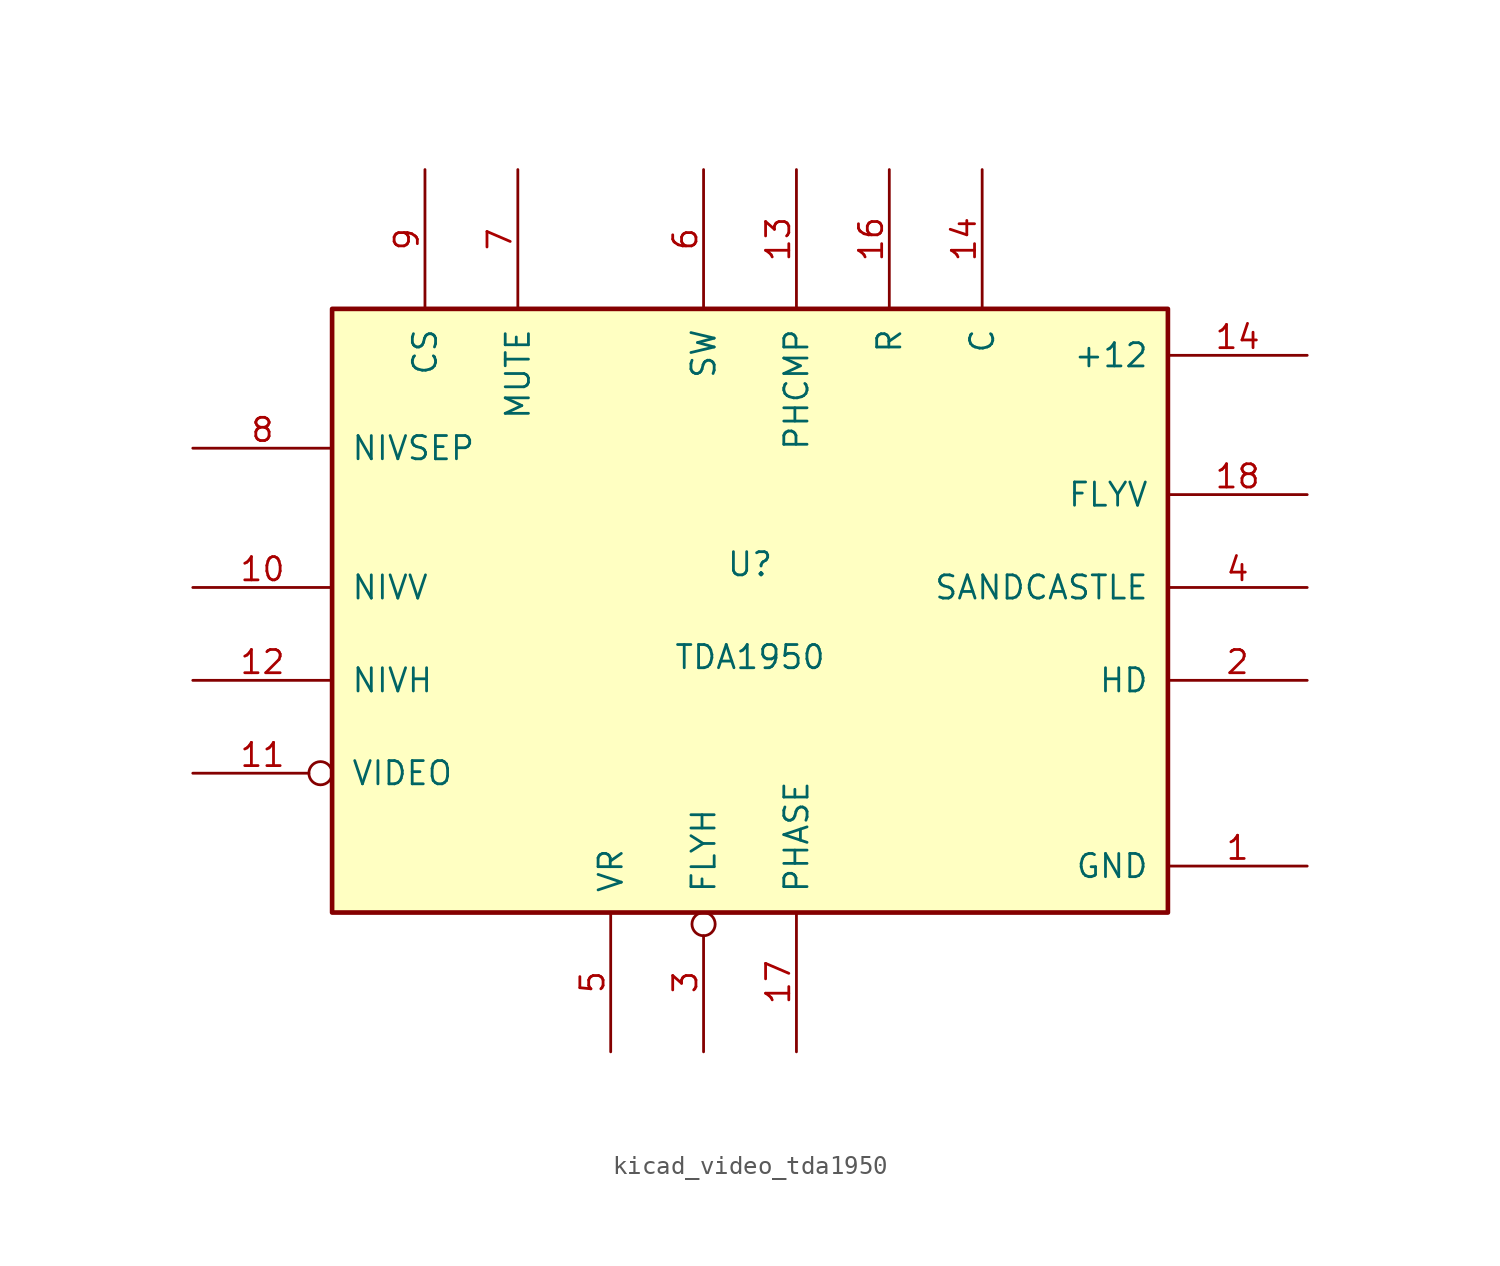
<source format=kicad_sym>
(kicad_symbol_lib
  (version 20220914)
  (generator kicad_symbol_editor)
  (symbol "kicad_video_tda1950"
    (pin_names
      (offset 1.016))
    (property "Reference" "U"
      (at 0 2.54 0)
      (effects (font (size 1.27 1.27))))
    (property "Value" "TDA1950"
      (at 0 -2.54 0)
      (effects (font (size 1.27 1.27))))
    (symbol "kicad_video_tda1950_0_1"
      (rectangle (start -22.86 -16.51) (end 22.86 16.51) (stroke (width 0.254) (type default)) (fill (type background))))
    (symbol "kicad_video_tda1950_1_1"
      (pin input line (at 30.48 -13.97 180) (length 7.62) (name "GND" (effects (font (size 1.27 1.27)))) (number "1" (effects (font (size 1.27 1.27)))))
      (pin output line (at -30.48 1.27 0) (length 7.62) (name "NIVV" (effects (font (size 1.27 1.27)))) (number "10" (effects (font (size 1.27 1.27)))))
      (pin input inverted (at -30.48 -8.89 0) (length 7.62) (name "VIDEO" (effects (font (size 1.27 1.27)))) (number "11" (effects (font (size 1.27 1.27)))))
      (pin output line (at -30.48 -3.81 0) (length 7.62) (name "NIVH" (effects (font (size 1.27 1.27)))) (number "12" (effects (font (size 1.27 1.27)))))
      (pin output line (at 2.54 24.13 270) (length 7.62) (name "PHCMP" (effects (font (size 1.27 1.27)))) (number "13" (effects (font (size 1.27 1.27)))))
      (pin input line (at 30.48 13.97 180) (length 7.62) (name "+12" (effects (font (size 1.27 1.27)))) (number "14" (effects (font (size 1.27 1.27)))))
      (pin output line (at 12.7 24.13 270) (length 7.62) (name "C" (effects (font (size 1.27 1.27)))) (number "14" (effects (font (size 1.27 1.27)))))
      (pin output line (at 7.62 24.13 270) (length 7.62) (name "R" (effects (font (size 1.27 1.27)))) (number "16" (effects (font (size 1.27 1.27)))))
      (pin input line (at 2.54 -24.13 90) (length 7.62) (name "PHASE" (effects (font (size 1.27 1.27)))) (number "17" (effects (font (size 1.27 1.27)))))
      (pin input line (at 30.48 6.35 180) (length 7.62) (name "FLYV" (effects (font (size 1.27 1.27)))) (number "18" (effects (font (size 1.27 1.27)))))
      (pin output line (at 30.48 -3.81 180) (length 7.62) (name "HD" (effects (font (size 1.27 1.27)))) (number "2" (effects (font (size 1.27 1.27)))))
      (pin input inverted (at -2.54 -24.13 90) (length 7.62) (name "FLYH" (effects (font (size 1.27 1.27)))) (number "3" (effects (font (size 1.27 1.27)))))
      (pin output line (at 30.48 1.27 180) (length 7.62) (name "SANDCASTLE" (effects (font (size 1.27 1.27)))) (number "4" (effects (font (size 1.27 1.27)))))
      (pin input line (at -7.62 -24.13 90) (length 7.62) (name "VR" (effects (font (size 1.27 1.27)))) (number "5" (effects (font (size 1.27 1.27)))))
      (pin output line (at -2.54 24.13 270) (length 7.62) (name "SW" (effects (font (size 1.27 1.27)))) (number "6" (effects (font (size 1.27 1.27)))))
      (pin output line (at -12.7 24.13 270) (length 7.62) (name "MUTE" (effects (font (size 1.27 1.27)))) (number "7" (effects (font (size 1.27 1.27)))))
      (pin input line (at -30.48 8.89 0) (length 7.62) (name "NIVSEP" (effects (font (size 1.27 1.27)))) (number "8" (effects (font (size 1.27 1.27)))))
      (pin output line (at -17.78 24.13 270) (length 7.62) (name "CS" (effects (font (size 1.27 1.27)))) (number "9" (effects (font (size 1.27 1.27))))))))
</source>
